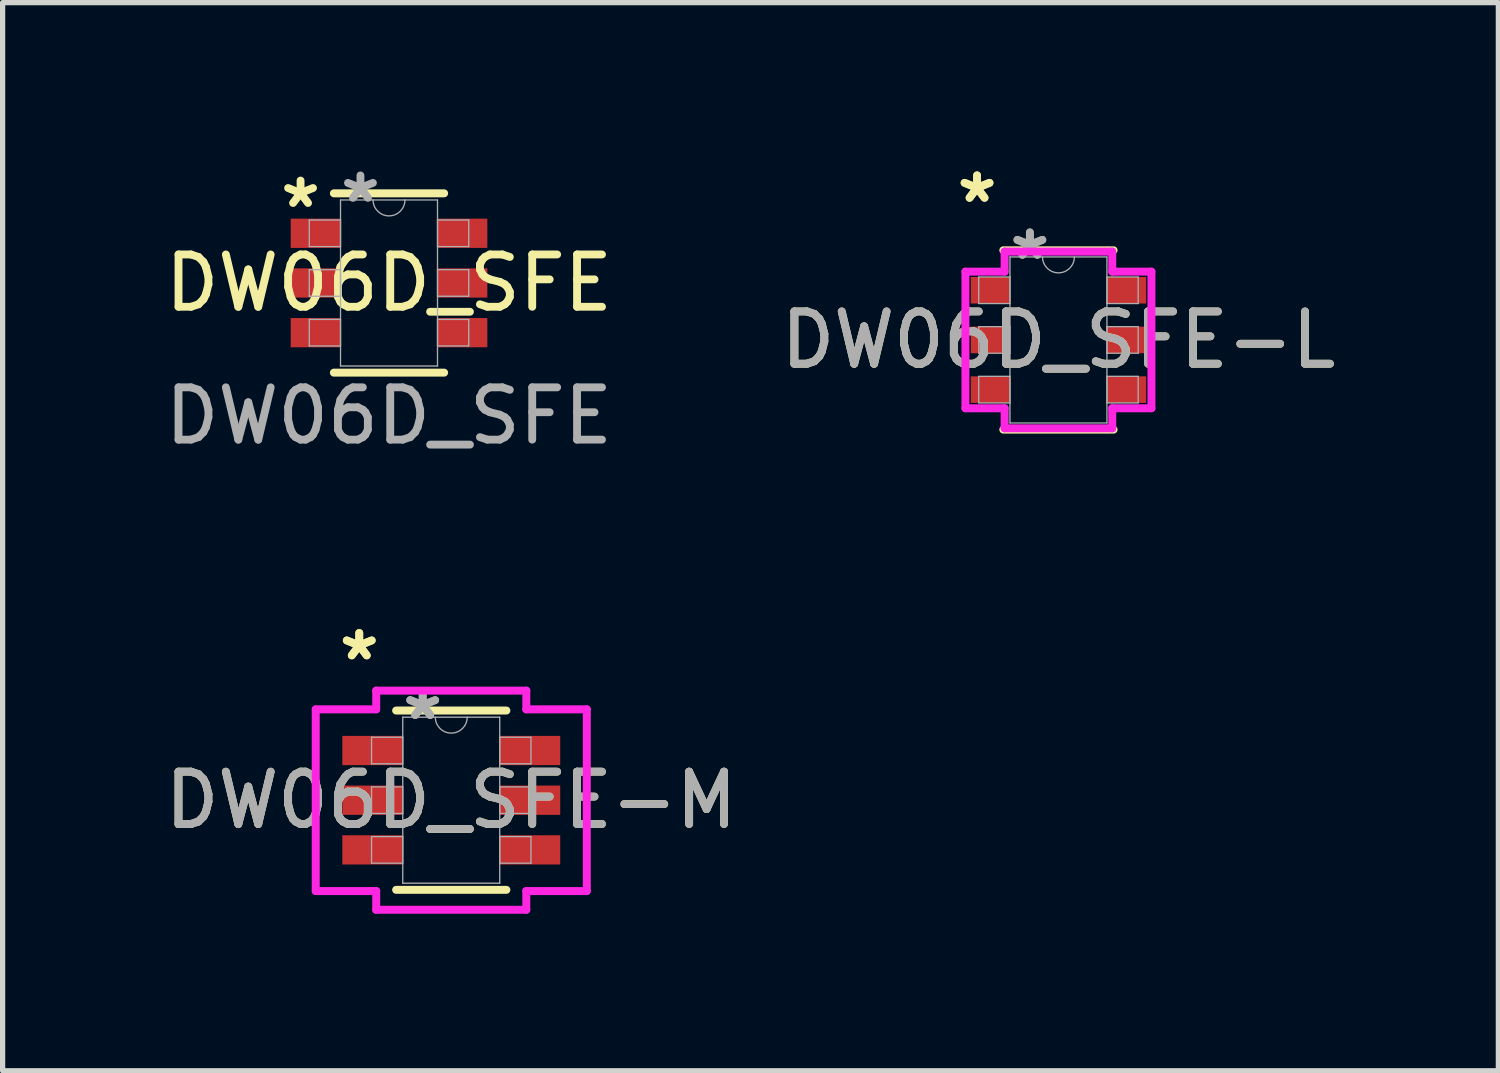
<source format=kicad_pcb>
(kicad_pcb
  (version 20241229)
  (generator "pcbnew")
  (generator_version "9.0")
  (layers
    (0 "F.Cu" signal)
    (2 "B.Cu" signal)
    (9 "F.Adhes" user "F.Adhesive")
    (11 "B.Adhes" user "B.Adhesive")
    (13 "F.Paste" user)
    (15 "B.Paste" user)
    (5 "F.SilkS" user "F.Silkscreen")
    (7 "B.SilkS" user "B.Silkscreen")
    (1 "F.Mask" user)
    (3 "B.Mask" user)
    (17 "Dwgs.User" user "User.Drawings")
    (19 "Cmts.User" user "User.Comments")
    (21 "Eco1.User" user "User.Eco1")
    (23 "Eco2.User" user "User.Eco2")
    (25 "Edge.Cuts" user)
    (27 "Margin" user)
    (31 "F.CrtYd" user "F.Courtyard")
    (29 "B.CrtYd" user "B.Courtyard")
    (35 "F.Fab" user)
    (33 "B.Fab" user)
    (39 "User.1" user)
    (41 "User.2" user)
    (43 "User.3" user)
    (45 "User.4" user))
  (footprint "DW06D_SFE-M"
    (layer "F.Cu")
    (at 5.577 12.248)
    (property "Reference" "DW06D_SFE-M" (at 0 0 0) (unlocked yes) (layer "F.SilkS") (effects (font (size 1 1) (thickness 0.15))))
    (attr smd)
    (fp_line (start -1.054 1.714) (end 1.054 1.714) (stroke (width 0.152) (type solid)) (layer "F.SilkS"))
    (fp_line (start 1.054 -1.714) (end -1.054 -1.714) (stroke (width 0.152) (type solid)) (layer "F.SilkS"))
    (fp_line (start -2.591 -1.737) (end -1.435 -1.737) (stroke (width 0.152) (type solid)) (layer "F.CrtYd"))
    (fp_line (start -2.591 1.737) (end -2.591 -1.737) (stroke (width 0.152) (type solid)) (layer "F.CrtYd"))
    (fp_line (start -2.591 1.737) (end -1.435 1.737) (stroke (width 0.152) (type solid)) (layer "F.CrtYd"))
    (fp_line (start -1.435 -2.095) (end 1.435 -2.095) (stroke (width 0.152) (type solid)) (layer "F.CrtYd"))
    (fp_line (start -1.435 -1.737) (end -1.435 -2.095) (stroke (width 0.152) (type solid)) (layer "F.CrtYd"))
    (fp_line (start -1.435 2.095) (end -1.435 1.737) (stroke (width 0.152) (type solid)) (layer "F.CrtYd"))
    (fp_line (start 1.435 -2.095) (end 1.435 -1.737) (stroke (width 0.152) (type solid)) (layer "F.CrtYd"))
    (fp_line (start 1.435 1.737) (end 1.435 2.095) (stroke (width 0.152) (type solid)) (layer "F.CrtYd"))
    (fp_line (start 1.435 2.095) (end -1.435 2.095) (stroke (width 0.152) (type solid)) (layer "F.CrtYd"))
    (fp_line (start 2.591 -1.737) (end 1.435 -1.737) (stroke (width 0.152) (type solid)) (layer "F.CrtYd"))
    (fp_line (start 2.591 -1.737) (end 2.591 1.737) (stroke (width 0.152) (type solid)) (layer "F.CrtYd"))
    (fp_line (start 2.591 1.737) (end 1.435 1.737) (stroke (width 0.152) (type solid)) (layer "F.CrtYd"))
    (fp_line (start -1.524 -1.204) (end -1.524 -0.696) (stroke (width 0.025) (type solid)) (layer "F.Fab"))
    (fp_line (start -1.524 -0.696) (end -0.927 -0.696) (stroke (width 0.025) (type solid)) (layer "F.Fab"))
    (fp_line (start -1.524 -0.254) (end -1.524 0.254) (stroke (width 0.025) (type solid)) (layer "F.Fab"))
    (fp_line (start -1.524 0.254) (end -0.927 0.254) (stroke (width 0.025) (type solid)) (layer "F.Fab"))
    (fp_line (start -1.524 0.696) (end -1.524 1.204) (stroke (width 0.025) (type solid)) (layer "F.Fab"))
    (fp_line (start -1.524 1.204) (end -0.927 1.204) (stroke (width 0.025) (type solid)) (layer "F.Fab"))
    (fp_line (start -0.927 -1.587) (end -0.927 1.587) (stroke (width 0.025) (type solid)) (layer "F.Fab"))
    (fp_line (start -0.927 -1.204) (end -1.524 -1.204) (stroke (width 0.025) (type solid)) (layer "F.Fab"))
    (fp_line (start -0.927 -0.696) (end -0.927 -1.204) (stroke (width 0.025) (type solid)) (layer "F.Fab"))
    (fp_line (start -0.927 -0.254) (end -1.524 -0.254) (stroke (width 0.025) (type solid)) (layer "F.Fab"))
    (fp_line (start -0.927 0.254) (end -0.927 -0.254) (stroke (width 0.025) (type solid)) (layer "F.Fab"))
    (fp_line (start -0.927 0.696) (end -1.524 0.696) (stroke (width 0.025) (type solid)) (layer "F.Fab"))
    (fp_line (start -0.927 1.204) (end -0.927 0.696) (stroke (width 0.025) (type solid)) (layer "F.Fab"))
    (fp_line (start -0.927 1.587) (end 0.927 1.587) (stroke (width 0.025) (type solid)) (layer "F.Fab"))
    (fp_line (start 0.927 -1.587) (end -0.927 -1.587) (stroke (width 0.025) (type solid)) (layer "F.Fab"))
    (fp_line (start 0.927 -1.204) (end 0.927 -0.696) (stroke (width 0.025) (type solid)) (layer "F.Fab"))
    (fp_line (start 0.927 -0.696) (end 1.524 -0.696) (stroke (width 0.025) (type solid)) (layer "F.Fab"))
    (fp_line (start 0.927 -0.254) (end 0.927 0.254) (stroke (width 0.025) (type solid)) (layer "F.Fab"))
    (fp_line (start 0.927 0.254) (end 1.524 0.254) (stroke (width 0.025) (type solid)) (layer "F.Fab"))
    (fp_line (start 0.927 0.696) (end 0.927 1.204) (stroke (width 0.025) (type solid)) (layer "F.Fab"))
    (fp_line (start 0.927 1.204) (end 1.524 1.204) (stroke (width 0.025) (type solid)) (layer "F.Fab"))
    (fp_line (start 0.927 1.587) (end 0.927 -1.587) (stroke (width 0.025) (type solid)) (layer "F.Fab"))
    (fp_line (start 1.524 -1.204) (end 0.927 -1.204) (stroke (width 0.025) (type solid)) (layer "F.Fab"))
    (fp_line (start 1.524 -0.696) (end 1.524 -1.204) (stroke (width 0.025) (type solid)) (layer "F.Fab"))
    (fp_line (start 1.524 -0.254) (end 0.927 -0.254) (stroke (width 0.025) (type solid)) (layer "F.Fab"))
    (fp_line (start 1.524 0.254) (end 1.524 -0.254) (stroke (width 0.025) (type solid)) (layer "F.Fab"))
    (fp_line (start 1.524 0.696) (end 0.927 0.696) (stroke (width 0.025) (type solid)) (layer "F.Fab"))
    (fp_line (start 1.524 1.204) (end 1.524 0.696) (stroke (width 0.025) (type solid)) (layer "F.Fab"))
    (fp_arc (start 0.3048 -1.5875) (mid 0 -1.2827) (end -0.3048 -1.5875) (stroke (width 0.0254) (type solid)) (layer "F.Fab"))
    (fp_text user "*" (at -1.759 -2.652 0) (layer "F.SilkS") (effects (font (size 1 1) (thickness 0.15))))
    (fp_text user "*" (at -1.759 -2.652 0) (unlocked yes) (layer "F.SilkS") (effects (font (size 1 1) (thickness 0.15))))
    (fp_text user "*" (at -0.546 -1.511 0) (unlocked yes) (layer "F.Fab") (effects (font (size 1 1) (thickness 0.15))))
    (fp_text user "${REFERENCE}" (at 0 0 0) (unlocked yes) (layer "F.Fab") (effects (font (size 1 1) (thickness 0.15))))
    (fp_text user "*" (at -0.546 -1.511 0) (layer "F.Fab") (effects (font (size 1 1) (thickness 0.15))))
    (pad "1" smd rect (at -1.505 -0.95) (size 1.156 0.559) (layers "F.Cu" "F.Mask" "F.Paste"))
    (pad "2" smd rect (at -1.505 0) (size 1.156 0.559) (layers "F.Cu" "F.Mask" "F.Paste"))
    (pad "3" smd rect (at -1.505 0.95) (size 1.156 0.559) (layers "F.Cu" "F.Mask" "F.Paste"))
    (pad "4" smd rect (at 1.505 0.95) (size 1.156 0.559) (layers "F.Cu" "F.Mask" "F.Paste"))
    (pad "5" smd rect (at 1.505 0) (size 1.156 0.559) (layers "F.Cu" "F.Mask" "F.Paste"))
    (pad "6" smd rect (at 1.505 -0.95) (size 1.156 0.559) (layers "F.Cu" "F.Mask" "F.Paste")))
  (footprint "DW06D_SFE-L"
    (layer "F.Cu")
    (at 17.185 3.449)
    (property "Reference" "DW06D_SFE-L" (at 0 0 0) (unlocked yes) (layer "F.SilkS") (effects (font (size 1 1) (thickness 0.15))))
    (attr smd)
    (fp_line (start -1.054 1.714) (end 1.054 1.714) (stroke (width 0.152) (type solid)) (layer "F.SilkS"))
    (fp_line (start 1.054 -1.714) (end -1.054 -1.714) (stroke (width 0.152) (type solid)) (layer "F.SilkS"))
    (fp_line (start -1.778 -1.306) (end -1.029 -1.306) (stroke (width 0.152) (type solid)) (layer "F.CrtYd"))
    (fp_line (start -1.778 1.306) (end -1.778 -1.306) (stroke (width 0.152) (type solid)) (layer "F.CrtYd"))
    (fp_line (start -1.778 1.306) (end -1.029 1.306) (stroke (width 0.152) (type solid)) (layer "F.CrtYd"))
    (fp_line (start -1.029 -1.689) (end 1.029 -1.689) (stroke (width 0.152) (type solid)) (layer "F.CrtYd"))
    (fp_line (start -1.029 -1.306) (end -1.029 -1.689) (stroke (width 0.152) (type solid)) (layer "F.CrtYd"))
    (fp_line (start -1.029 1.689) (end -1.029 1.306) (stroke (width 0.152) (type solid)) (layer "F.CrtYd"))
    (fp_line (start 1.029 -1.689) (end 1.029 -1.306) (stroke (width 0.152) (type solid)) (layer "F.CrtYd"))
    (fp_line (start 1.029 1.306) (end 1.029 1.689) (stroke (width 0.152) (type solid)) (layer "F.CrtYd"))
    (fp_line (start 1.029 1.689) (end -1.029 1.689) (stroke (width 0.152) (type solid)) (layer "F.CrtYd"))
    (fp_line (start 1.778 -1.306) (end 1.029 -1.306) (stroke (width 0.152) (type solid)) (layer "F.CrtYd"))
    (fp_line (start 1.778 -1.306) (end 1.778 1.306) (stroke (width 0.152) (type solid)) (layer "F.CrtYd"))
    (fp_line (start 1.778 1.306) (end 1.029 1.306) (stroke (width 0.152) (type solid)) (layer "F.CrtYd"))
    (fp_line (start -1.524 -1.204) (end -1.524 -0.696) (stroke (width 0.025) (type solid)) (layer "F.Fab"))
    (fp_line (start -1.524 -0.696) (end -0.927 -0.696) (stroke (width 0.025) (type solid)) (layer "F.Fab"))
    (fp_line (start -1.524 -0.254) (end -1.524 0.254) (stroke (width 0.025) (type solid)) (layer "F.Fab"))
    (fp_line (start -1.524 0.254) (end -0.927 0.254) (stroke (width 0.025) (type solid)) (layer "F.Fab"))
    (fp_line (start -1.524 0.696) (end -1.524 1.204) (stroke (width 0.025) (type solid)) (layer "F.Fab"))
    (fp_line (start -1.524 1.204) (end -0.927 1.204) (stroke (width 0.025) (type solid)) (layer "F.Fab"))
    (fp_line (start -0.927 -1.587) (end -0.927 1.587) (stroke (width 0.025) (type solid)) (layer "F.Fab"))
    (fp_line (start -0.927 -1.204) (end -1.524 -1.204) (stroke (width 0.025) (type solid)) (layer "F.Fab"))
    (fp_line (start -0.927 -0.696) (end -0.927 -1.204) (stroke (width 0.025) (type solid)) (layer "F.Fab"))
    (fp_line (start -0.927 -0.254) (end -1.524 -0.254) (stroke (width 0.025) (type solid)) (layer "F.Fab"))
    (fp_line (start -0.927 0.254) (end -0.927 -0.254) (stroke (width 0.025) (type solid)) (layer "F.Fab"))
    (fp_line (start -0.927 0.696) (end -1.524 0.696) (stroke (width 0.025) (type solid)) (layer "F.Fab"))
    (fp_line (start -0.927 1.204) (end -0.927 0.696) (stroke (width 0.025) (type solid)) (layer "F.Fab"))
    (fp_line (start -0.927 1.587) (end 0.927 1.587) (stroke (width 0.025) (type solid)) (layer "F.Fab"))
    (fp_line (start 0.927 -1.587) (end -0.927 -1.587) (stroke (width 0.025) (type solid)) (layer "F.Fab"))
    (fp_line (start 0.927 -1.204) (end 0.927 -0.696) (stroke (width 0.025) (type solid)) (layer "F.Fab"))
    (fp_line (start 0.927 -0.696) (end 1.524 -0.696) (stroke (width 0.025) (type solid)) (layer "F.Fab"))
    (fp_line (start 0.927 -0.254) (end 0.927 0.254) (stroke (width 0.025) (type solid)) (layer "F.Fab"))
    (fp_line (start 0.927 0.254) (end 1.524 0.254) (stroke (width 0.025) (type solid)) (layer "F.Fab"))
    (fp_line (start 0.927 0.696) (end 0.927 1.204) (stroke (width 0.025) (type solid)) (layer "F.Fab"))
    (fp_line (start 0.927 1.204) (end 1.524 1.204) (stroke (width 0.025) (type solid)) (layer "F.Fab"))
    (fp_line (start 0.927 1.587) (end 0.927 -1.587) (stroke (width 0.025) (type solid)) (layer "F.Fab"))
    (fp_line (start 1.524 -1.204) (end 0.927 -1.204) (stroke (width 0.025) (type solid)) (layer "F.Fab"))
    (fp_line (start 1.524 -0.696) (end 1.524 -1.204) (stroke (width 0.025) (type solid)) (layer "F.Fab"))
    (fp_line (start 1.524 -0.254) (end 0.927 -0.254) (stroke (width 0.025) (type solid)) (layer "F.Fab"))
    (fp_line (start 1.524 0.254) (end 1.524 -0.254) (stroke (width 0.025) (type solid)) (layer "F.Fab"))
    (fp_line (start 1.524 0.696) (end 0.927 0.696) (stroke (width 0.025) (type solid)) (layer "F.Fab"))
    (fp_line (start 1.524 1.204) (end 1.524 0.696) (stroke (width 0.025) (type solid)) (layer "F.Fab"))
    (fp_arc (start 0.3048 -1.5875) (mid 0 -1.2827) (end -0.3048 -1.5875) (stroke (width 0.0254) (type solid)) (layer "F.Fab"))
    (fp_text user "*" (at -1.556 -2.601 0) (unlocked yes) (layer "F.SilkS") (effects (font (size 1 1) (thickness 0.15))))
    (fp_text user "*" (at -1.556 -2.601 0) (layer "F.SilkS") (effects (font (size 1 1) (thickness 0.15))))
    (fp_text user "*" (at -0.546 -1.511 0) (unlocked yes) (layer "F.Fab") (effects (font (size 1 1) (thickness 0.15))))
    (fp_text user "*" (at -0.546 -1.511 0) (layer "F.Fab") (effects (font (size 1 1) (thickness 0.15))))
    (fp_text user "${REFERENCE}" (at 0 0 0) (unlocked yes) (layer "F.Fab") (effects (font (size 1 1) (thickness 0.15))))
    (pad "1" smd rect (at -1.302 -0.95) (size 0.749 0.508) (layers "F.Cu" "F.Mask" "F.Paste"))
    (pad "2" smd rect (at -1.302 0) (size 0.749 0.508) (layers "F.Cu" "F.Mask" "F.Paste"))
    (pad "3" smd rect (at -1.302 0.95) (size 0.749 0.508) (layers "F.Cu" "F.Mask" "F.Paste"))
    (pad "4" smd rect (at 1.302 0.95) (size 0.749 0.508) (layers "F.Cu" "F.Mask" "F.Paste"))
    (pad "5" smd rect (at 1.302 0) (size 0.749 0.508) (layers "F.Cu" "F.Mask" "F.Paste"))
    (pad "6" smd rect (at 1.302 -0.95) (size 0.749 0.508) (layers "F.Cu" "F.Mask" "F.Paste")))
  (footprint "DW06D_SFE"
    (layer "F.Cu")
    (at 4.387 2.36)
    (property "Reference" "DW06D_SFE" (at 0 0 0) (unlocked yes) (layer "F.SilkS") (effects (font (size 1 1) (thickness 0.15))))
    (attr smd)
    (fp_line (start -1.054 1.714) (end 1.054 1.714) (stroke (width 0.152) (type solid)) (layer "F.SilkS"))
    (fp_line (start 1.054 -1.714) (end -1.054 -1.714) (stroke (width 0.152) (type solid)) (layer "F.SilkS"))
    (fp_line (start -1.524 -1.204) (end -1.524 -0.696) (stroke (width 0.025) (type solid)) (layer "F.Fab"))
    (fp_line (start -1.524 -0.696) (end -0.927 -0.696) (stroke (width 0.025) (type solid)) (layer "F.Fab"))
    (fp_line (start -1.524 -0.254) (end -1.524 0.254) (stroke (width 0.025) (type solid)) (layer "F.Fab"))
    (fp_line (start -1.524 0.254) (end -0.927 0.254) (stroke (width 0.025) (type solid)) (layer "F.Fab"))
    (fp_line (start -1.524 0.696) (end -1.524 1.204) (stroke (width 0.025) (type solid)) (layer "F.Fab"))
    (fp_line (start -1.524 1.204) (end -0.927 1.204) (stroke (width 0.025) (type solid)) (layer "F.Fab"))
    (fp_line (start -0.927 -1.587) (end -0.927 1.587) (stroke (width 0.025) (type solid)) (layer "F.Fab"))
    (fp_line (start -0.927 -1.204) (end -1.524 -1.204) (stroke (width 0.025) (type solid)) (layer "F.Fab"))
    (fp_line (start -0.927 -0.696) (end -0.927 -1.204) (stroke (width 0.025) (type solid)) (layer "F.Fab"))
    (fp_line (start -0.927 -0.254) (end -1.524 -0.254) (stroke (width 0.025) (type solid)) (layer "F.Fab"))
    (fp_line (start -0.927 0.254) (end -0.927 -0.254) (stroke (width 0.025) (type solid)) (layer "F.Fab"))
    (fp_line (start -0.927 0.696) (end -1.524 0.696) (stroke (width 0.025) (type solid)) (layer "F.Fab"))
    (fp_line (start -0.927 1.204) (end -0.927 0.696) (stroke (width 0.025) (type solid)) (layer "F.Fab"))
    (fp_line (start -0.927 1.587) (end 0.927 1.587) (stroke (width 0.025) (type solid)) (layer "F.Fab"))
    (fp_line (start 0.927 -1.587) (end -0.927 -1.587) (stroke (width 0.025) (type solid)) (layer "F.Fab"))
    (fp_line (start 0.927 -1.204) (end 0.927 -0.696) (stroke (width 0.025) (type solid)) (layer "F.Fab"))
    (fp_line (start 0.927 -0.696) (end 1.524 -0.696) (stroke (width 0.025) (type solid)) (layer "F.Fab"))
    (fp_line (start 0.927 -0.254) (end 0.927 0.254) (stroke (width 0.025) (type solid)) (layer "F.Fab"))
    (fp_line (start 0.927 0.254) (end 1.524 0.254) (stroke (width 0.025) (type solid)) (layer "F.Fab"))
    (fp_line (start 0.927 0.696) (end 0.927 1.204) (stroke (width 0.025) (type solid)) (layer "F.Fab"))
    (fp_line (start 0.927 1.204) (end 1.524 1.204) (stroke (width 0.025) (type solid)) (layer "F.Fab"))
    (fp_line (start 0.927 1.587) (end 0.927 -1.587) (stroke (width 0.025) (type solid)) (layer "F.Fab"))
    (fp_line (start 1.524 -1.204) (end 0.927 -1.204) (stroke (width 0.025) (type solid)) (layer "F.Fab"))
    (fp_line (start 1.524 -0.696) (end 1.524 -1.204) (stroke (width 0.025) (type solid)) (layer "F.Fab"))
    (fp_line (start 1.524 -0.254) (end 0.927 -0.254) (stroke (width 0.025) (type solid)) (layer "F.Fab"))
    (fp_line (start 1.524 0.254) (end 1.524 -0.254) (stroke (width 0.025) (type solid)) (layer "F.Fab"))
    (fp_line (start 1.524 0.696) (end 0.927 0.696) (stroke (width 0.025) (type solid)) (layer "F.Fab"))
    (fp_line (start 1.524 1.204) (end 1.524 0.696) (stroke (width 0.025) (type solid)) (layer "F.Fab"))
    (fp_arc (start 0.3048 -1.5875) (mid 0 -1.2827) (end -0.3048 -1.5875) (stroke (width 0.0254) (type solid)) (layer "F.Fab"))
    (fp_text user "*" (at -1.691 -1.413 0) (unlocked yes) (layer "F.SilkS") (effects (font (size 1 1) (thickness 0.15))))
    (fp_text user "*" (at -0.546 -1.511 0) (layer "F.Fab") (effects (font (size 1 1) (thickness 0.15))))
    (fp_text user "${REFERENCE}" (at 0 2.54 0) (unlocked yes) (layer "F.Fab") (effects (font (size 1 1) (thickness 0.15))))
    (pad "1" smd rect (at -1.403 -0.95) (size 0.953 0.559) (layers "F.Cu" "F.Mask" "F.Paste"))
    (pad "2" smd rect (at -1.403 0) (size 0.953 0.559) (layers "F.Cu" "F.Mask" "F.Paste"))
    (pad "3" smd rect (at -1.403 0.95) (size 0.953 0.559) (layers "F.Cu" "F.Mask" "F.Paste"))
    (pad "4" smd rect (at 1.403 0.95) (size 0.953 0.559) (layers "F.Cu" "F.Mask" "F.Paste"))
    (pad "5" smd rect (at 1.403 0) (size 0.953 0.559) (layers "F.Cu" "F.Mask" "F.Paste"))
    (pad "6" smd rect (at 1.403 -0.95) (size 0.953 0.559) (layers "F.Cu" "F.Mask" "F.Paste")))
  (gr_rect
    (start -3 -3)
    (end 25.595 17.42)
    (stroke (width 0.1) (type default))
    (fill no)
    (layer "Edge.Cuts")))
</source>
